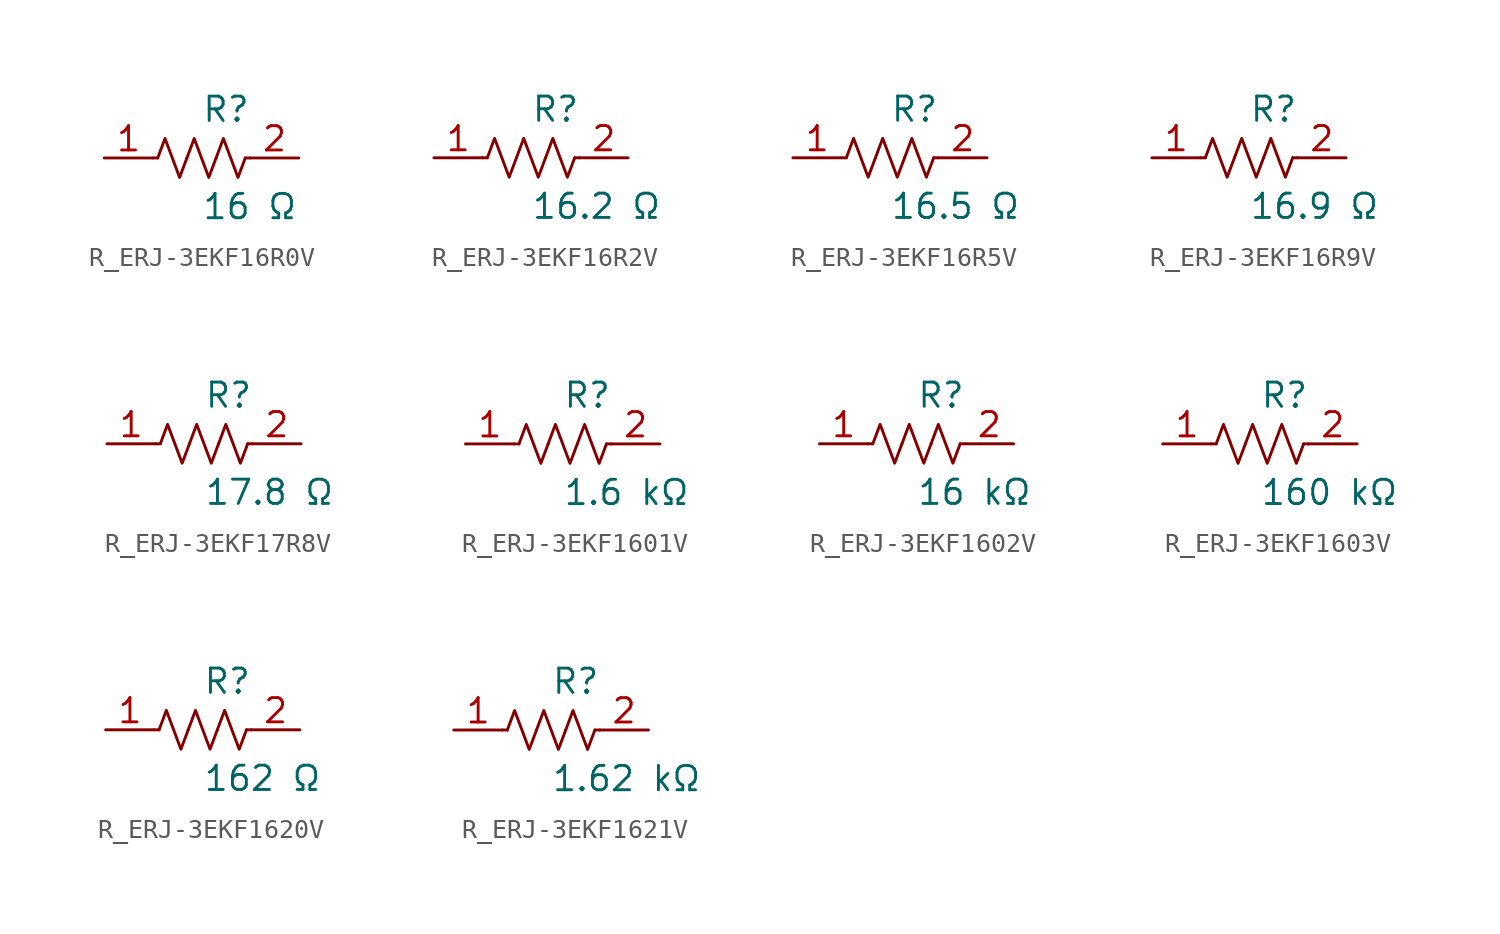
<source format=kicad_sym>
(kicad_symbol_lib
  (version 20231120)
  (generator kicad_symbol_editor)
  (generator_version 8.0)
  (symbol "R_ERJ-3EKF16R0V"
    (pin_names
      (offset 0.254))
    (property "Reference" "R"
      (at 0.0 2.54 0)
      (effects (font (size 1.27 1.27)) (justify left)))
    (property "Value" "16 Ω"
      (at 0.0 -2.54 0)
      (effects (font (size 1.27 1.27)) (justify left)))
    (symbol "R_ERJ-3EKF16R0V_0_1"
      (polyline (pts (xy 2.286 0) (xy 2.54 0)) (stroke (width 0) (type default)) (fill (type none)))
      (polyline (pts (xy -2.286 0) (xy -2.54 0)) (stroke (width 0) (type default)) (fill (type none)))
      (polyline (pts (xy 0.762 0) (xy 1.143 1.016) (xy 1.524 0) (xy 1.905 -1.016) (xy 2.286 0)) (stroke (width 0) (type default)) (fill (type none)))
      (polyline (pts (xy -0.762 0) (xy -0.381 1.016) (xy 0 0) (xy 0.381 -1.016) (xy 0.762 0)) (stroke (width 0) (type default)) (fill (type none)))
      (polyline (pts (xy -2.286 0) (xy -1.905 1.016) (xy -1.524 0) (xy -1.143 -1.016) (xy -0.762 0)) (stroke (width 0) (type default)) (fill (type none))))
    (pin unspecified line
      (at -5.08 0 0)
      (length 2.54)
      (name "" (effects (font (size 1.27 1.27))))
      (number "1" (effects (font (size 1.27 1.27)))))
    (pin unspecified line
      (at 5.08 0 180)
      (length 2.54)
      (name "" (effects (font (size 1.27 1.27))))
      (number "2" (effects (font (size 1.27 1.27))))))
  (symbol "R_ERJ-3EKF16R2V"
    (pin_names
      (offset 0.254))
    (property "Reference" "R"
      (at 0.0 2.54 0)
      (effects (font (size 1.27 1.27)) (justify left)))
    (property "Value" "16.2 Ω"
      (at 0.0 -2.54 0)
      (effects (font (size 1.27 1.27)) (justify left)))
    (symbol "R_ERJ-3EKF16R2V_0_1"
      (polyline (pts (xy 2.286 0) (xy 2.54 0)) (stroke (width 0) (type default)) (fill (type none)))
      (polyline (pts (xy -2.286 0) (xy -2.54 0)) (stroke (width 0) (type default)) (fill (type none)))
      (polyline (pts (xy 0.762 0) (xy 1.143 1.016) (xy 1.524 0) (xy 1.905 -1.016) (xy 2.286 0)) (stroke (width 0) (type default)) (fill (type none)))
      (polyline (pts (xy -0.762 0) (xy -0.381 1.016) (xy 0 0) (xy 0.381 -1.016) (xy 0.762 0)) (stroke (width 0) (type default)) (fill (type none)))
      (polyline (pts (xy -2.286 0) (xy -1.905 1.016) (xy -1.524 0) (xy -1.143 -1.016) (xy -0.762 0)) (stroke (width 0) (type default)) (fill (type none))))
    (pin unspecified line
      (at -5.08 0 0)
      (length 2.54)
      (name "" (effects (font (size 1.27 1.27))))
      (number "1" (effects (font (size 1.27 1.27)))))
    (pin unspecified line
      (at 5.08 0 180)
      (length 2.54)
      (name "" (effects (font (size 1.27 1.27))))
      (number "2" (effects (font (size 1.27 1.27))))))
  (symbol "R_ERJ-3EKF16R5V"
    (pin_names
      (offset 0.254))
    (property "Reference" "R"
      (at 0.0 2.54 0)
      (effects (font (size 1.27 1.27)) (justify left)))
    (property "Value" "16.5 Ω"
      (at 0.0 -2.54 0)
      (effects (font (size 1.27 1.27)) (justify left)))
    (symbol "R_ERJ-3EKF16R5V_0_1"
      (polyline (pts (xy 2.286 0) (xy 2.54 0)) (stroke (width 0) (type default)) (fill (type none)))
      (polyline (pts (xy -2.286 0) (xy -2.54 0)) (stroke (width 0) (type default)) (fill (type none)))
      (polyline (pts (xy 0.762 0) (xy 1.143 1.016) (xy 1.524 0) (xy 1.905 -1.016) (xy 2.286 0)) (stroke (width 0) (type default)) (fill (type none)))
      (polyline (pts (xy -0.762 0) (xy -0.381 1.016) (xy 0 0) (xy 0.381 -1.016) (xy 0.762 0)) (stroke (width 0) (type default)) (fill (type none)))
      (polyline (pts (xy -2.286 0) (xy -1.905 1.016) (xy -1.524 0) (xy -1.143 -1.016) (xy -0.762 0)) (stroke (width 0) (type default)) (fill (type none))))
    (pin unspecified line
      (at -5.08 0 0)
      (length 2.54)
      (name "" (effects (font (size 1.27 1.27))))
      (number "1" (effects (font (size 1.27 1.27)))))
    (pin unspecified line
      (at 5.08 0 180)
      (length 2.54)
      (name "" (effects (font (size 1.27 1.27))))
      (number "2" (effects (font (size 1.27 1.27))))))
  (symbol "R_ERJ-3EKF16R9V"
    (pin_names
      (offset 0.254))
    (property "Reference" "R"
      (at 0.0 2.54 0)
      (effects (font (size 1.27 1.27)) (justify left)))
    (property "Value" "16.9 Ω"
      (at 0.0 -2.54 0)
      (effects (font (size 1.27 1.27)) (justify left)))
    (symbol "R_ERJ-3EKF16R9V_0_1"
      (polyline (pts (xy 2.286 0) (xy 2.54 0)) (stroke (width 0) (type default)) (fill (type none)))
      (polyline (pts (xy -2.286 0) (xy -2.54 0)) (stroke (width 0) (type default)) (fill (type none)))
      (polyline (pts (xy 0.762 0) (xy 1.143 1.016) (xy 1.524 0) (xy 1.905 -1.016) (xy 2.286 0)) (stroke (width 0) (type default)) (fill (type none)))
      (polyline (pts (xy -0.762 0) (xy -0.381 1.016) (xy 0 0) (xy 0.381 -1.016) (xy 0.762 0)) (stroke (width 0) (type default)) (fill (type none)))
      (polyline (pts (xy -2.286 0) (xy -1.905 1.016) (xy -1.524 0) (xy -1.143 -1.016) (xy -0.762 0)) (stroke (width 0) (type default)) (fill (type none))))
    (pin unspecified line
      (at -5.08 0 0)
      (length 2.54)
      (name "" (effects (font (size 1.27 1.27))))
      (number "1" (effects (font (size 1.27 1.27)))))
    (pin unspecified line
      (at 5.08 0 180)
      (length 2.54)
      (name "" (effects (font (size 1.27 1.27))))
      (number "2" (effects (font (size 1.27 1.27))))))
  (symbol "R_ERJ-3EKF17R8V"
    (pin_names
      (offset 0.254))
    (property "Reference" "R"
      (at 0.0 2.54 0)
      (effects (font (size 1.27 1.27)) (justify left)))
    (property "Value" "17.8 Ω"
      (at 0.0 -2.54 0)
      (effects (font (size 1.27 1.27)) (justify left)))
    (symbol "R_ERJ-3EKF17R8V_0_1"
      (polyline (pts (xy 2.286 0) (xy 2.54 0)) (stroke (width 0) (type default)) (fill (type none)))
      (polyline (pts (xy -2.286 0) (xy -2.54 0)) (stroke (width 0) (type default)) (fill (type none)))
      (polyline (pts (xy 0.762 0) (xy 1.143 1.016) (xy 1.524 0) (xy 1.905 -1.016) (xy 2.286 0)) (stroke (width 0) (type default)) (fill (type none)))
      (polyline (pts (xy -0.762 0) (xy -0.381 1.016) (xy 0 0) (xy 0.381 -1.016) (xy 0.762 0)) (stroke (width 0) (type default)) (fill (type none)))
      (polyline (pts (xy -2.286 0) (xy -1.905 1.016) (xy -1.524 0) (xy -1.143 -1.016) (xy -0.762 0)) (stroke (width 0) (type default)) (fill (type none))))
    (pin unspecified line
      (at -5.08 0 0)
      (length 2.54)
      (name "" (effects (font (size 1.27 1.27))))
      (number "1" (effects (font (size 1.27 1.27)))))
    (pin unspecified line
      (at 5.08 0 180)
      (length 2.54)
      (name "" (effects (font (size 1.27 1.27))))
      (number "2" (effects (font (size 1.27 1.27))))))
  (symbol "R_ERJ-3EKF1601V"
    (pin_names
      (offset 0.254))
    (property "Reference" "R"
      (at 0.0 2.54 0)
      (effects (font (size 1.27 1.27)) (justify left)))
    (property "Value" "1.6 kΩ"
      (at 0.0 -2.54 0)
      (effects (font (size 1.27 1.27)) (justify left)))
    (symbol "R_ERJ-3EKF1601V_0_1"
      (polyline (pts (xy 2.286 0) (xy 2.54 0)) (stroke (width 0) (type default)) (fill (type none)))
      (polyline (pts (xy -2.286 0) (xy -2.54 0)) (stroke (width 0) (type default)) (fill (type none)))
      (polyline (pts (xy 0.762 0) (xy 1.143 1.016) (xy 1.524 0) (xy 1.905 -1.016) (xy 2.286 0)) (stroke (width 0) (type default)) (fill (type none)))
      (polyline (pts (xy -0.762 0) (xy -0.381 1.016) (xy 0 0) (xy 0.381 -1.016) (xy 0.762 0)) (stroke (width 0) (type default)) (fill (type none)))
      (polyline (pts (xy -2.286 0) (xy -1.905 1.016) (xy -1.524 0) (xy -1.143 -1.016) (xy -0.762 0)) (stroke (width 0) (type default)) (fill (type none))))
    (pin unspecified line
      (at -5.08 0 0)
      (length 2.54)
      (name "" (effects (font (size 1.27 1.27))))
      (number "1" (effects (font (size 1.27 1.27)))))
    (pin unspecified line
      (at 5.08 0 180)
      (length 2.54)
      (name "" (effects (font (size 1.27 1.27))))
      (number "2" (effects (font (size 1.27 1.27))))))
  (symbol "R_ERJ-3EKF1602V"
    (pin_names
      (offset 0.254))
    (property "Reference" "R"
      (at 0.0 2.54 0)
      (effects (font (size 1.27 1.27)) (justify left)))
    (property "Value" "16 kΩ"
      (at 0.0 -2.54 0)
      (effects (font (size 1.27 1.27)) (justify left)))
    (symbol "R_ERJ-3EKF1602V_0_1"
      (polyline (pts (xy 2.286 0) (xy 2.54 0)) (stroke (width 0) (type default)) (fill (type none)))
      (polyline (pts (xy -2.286 0) (xy -2.54 0)) (stroke (width 0) (type default)) (fill (type none)))
      (polyline (pts (xy 0.762 0) (xy 1.143 1.016) (xy 1.524 0) (xy 1.905 -1.016) (xy 2.286 0)) (stroke (width 0) (type default)) (fill (type none)))
      (polyline (pts (xy -0.762 0) (xy -0.381 1.016) (xy 0 0) (xy 0.381 -1.016) (xy 0.762 0)) (stroke (width 0) (type default)) (fill (type none)))
      (polyline (pts (xy -2.286 0) (xy -1.905 1.016) (xy -1.524 0) (xy -1.143 -1.016) (xy -0.762 0)) (stroke (width 0) (type default)) (fill (type none))))
    (pin unspecified line
      (at -5.08 0 0)
      (length 2.54)
      (name "" (effects (font (size 1.27 1.27))))
      (number "1" (effects (font (size 1.27 1.27)))))
    (pin unspecified line
      (at 5.08 0 180)
      (length 2.54)
      (name "" (effects (font (size 1.27 1.27))))
      (number "2" (effects (font (size 1.27 1.27))))))
  (symbol "R_ERJ-3EKF1603V"
    (pin_names
      (offset 0.254))
    (property "Reference" "R"
      (at 0.0 2.54 0)
      (effects (font (size 1.27 1.27)) (justify left)))
    (property "Value" "160 kΩ"
      (at 0.0 -2.54 0)
      (effects (font (size 1.27 1.27)) (justify left)))
    (symbol "R_ERJ-3EKF1603V_0_1"
      (polyline (pts (xy 2.286 0) (xy 2.54 0)) (stroke (width 0) (type default)) (fill (type none)))
      (polyline (pts (xy -2.286 0) (xy -2.54 0)) (stroke (width 0) (type default)) (fill (type none)))
      (polyline (pts (xy 0.762 0) (xy 1.143 1.016) (xy 1.524 0) (xy 1.905 -1.016) (xy 2.286 0)) (stroke (width 0) (type default)) (fill (type none)))
      (polyline (pts (xy -0.762 0) (xy -0.381 1.016) (xy 0 0) (xy 0.381 -1.016) (xy 0.762 0)) (stroke (width 0) (type default)) (fill (type none)))
      (polyline (pts (xy -2.286 0) (xy -1.905 1.016) (xy -1.524 0) (xy -1.143 -1.016) (xy -0.762 0)) (stroke (width 0) (type default)) (fill (type none))))
    (pin unspecified line
      (at -5.08 0 0)
      (length 2.54)
      (name "" (effects (font (size 1.27 1.27))))
      (number "1" (effects (font (size 1.27 1.27)))))
    (pin unspecified line
      (at 5.08 0 180)
      (length 2.54)
      (name "" (effects (font (size 1.27 1.27))))
      (number "2" (effects (font (size 1.27 1.27))))))
  (symbol "R_ERJ-3EKF1620V"
    (pin_names
      (offset 0.254))
    (property "Reference" "R"
      (at 0.0 2.54 0)
      (effects (font (size 1.27 1.27)) (justify left)))
    (property "Value" "162 Ω"
      (at 0.0 -2.54 0)
      (effects (font (size 1.27 1.27)) (justify left)))
    (symbol "R_ERJ-3EKF1620V_0_1"
      (polyline (pts (xy 2.286 0) (xy 2.54 0)) (stroke (width 0) (type default)) (fill (type none)))
      (polyline (pts (xy -2.286 0) (xy -2.54 0)) (stroke (width 0) (type default)) (fill (type none)))
      (polyline (pts (xy 0.762 0) (xy 1.143 1.016) (xy 1.524 0) (xy 1.905 -1.016) (xy 2.286 0)) (stroke (width 0) (type default)) (fill (type none)))
      (polyline (pts (xy -0.762 0) (xy -0.381 1.016) (xy 0 0) (xy 0.381 -1.016) (xy 0.762 0)) (stroke (width 0) (type default)) (fill (type none)))
      (polyline (pts (xy -2.286 0) (xy -1.905 1.016) (xy -1.524 0) (xy -1.143 -1.016) (xy -0.762 0)) (stroke (width 0) (type default)) (fill (type none))))
    (pin unspecified line
      (at -5.08 0 0)
      (length 2.54)
      (name "" (effects (font (size 1.27 1.27))))
      (number "1" (effects (font (size 1.27 1.27)))))
    (pin unspecified line
      (at 5.08 0 180)
      (length 2.54)
      (name "" (effects (font (size 1.27 1.27))))
      (number "2" (effects (font (size 1.27 1.27))))))
  (symbol "R_ERJ-3EKF1621V"
    (pin_names
      (offset 0.254))
    (property "Reference" "R"
      (at 0.0 2.54 0)
      (effects (font (size 1.27 1.27)) (justify left)))
    (property "Value" "1.62 kΩ"
      (at 0.0 -2.54 0)
      (effects (font (size 1.27 1.27)) (justify left)))
    (symbol "R_ERJ-3EKF1621V_0_1"
      (polyline (pts (xy 2.286 0) (xy 2.54 0)) (stroke (width 0) (type default)) (fill (type none)))
      (polyline (pts (xy -2.286 0) (xy -2.54 0)) (stroke (width 0) (type default)) (fill (type none)))
      (polyline (pts (xy 0.762 0) (xy 1.143 1.016) (xy 1.524 0) (xy 1.905 -1.016) (xy 2.286 0)) (stroke (width 0) (type default)) (fill (type none)))
      (polyline (pts (xy -0.762 0) (xy -0.381 1.016) (xy 0 0) (xy 0.381 -1.016) (xy 0.762 0)) (stroke (width 0) (type default)) (fill (type none)))
      (polyline (pts (xy -2.286 0) (xy -1.905 1.016) (xy -1.524 0) (xy -1.143 -1.016) (xy -0.762 0)) (stroke (width 0) (type default)) (fill (type none))))
    (pin unspecified line
      (at -5.08 0 0)
      (length 2.54)
      (name "" (effects (font (size 1.27 1.27))))
      (number "1" (effects (font (size 1.27 1.27)))))
    (pin unspecified line
      (at 5.08 0 180)
      (length 2.54)
      (name "" (effects (font (size 1.27 1.27))))
      (number "2" (effects (font (size 1.27 1.27)))))))
</source>
